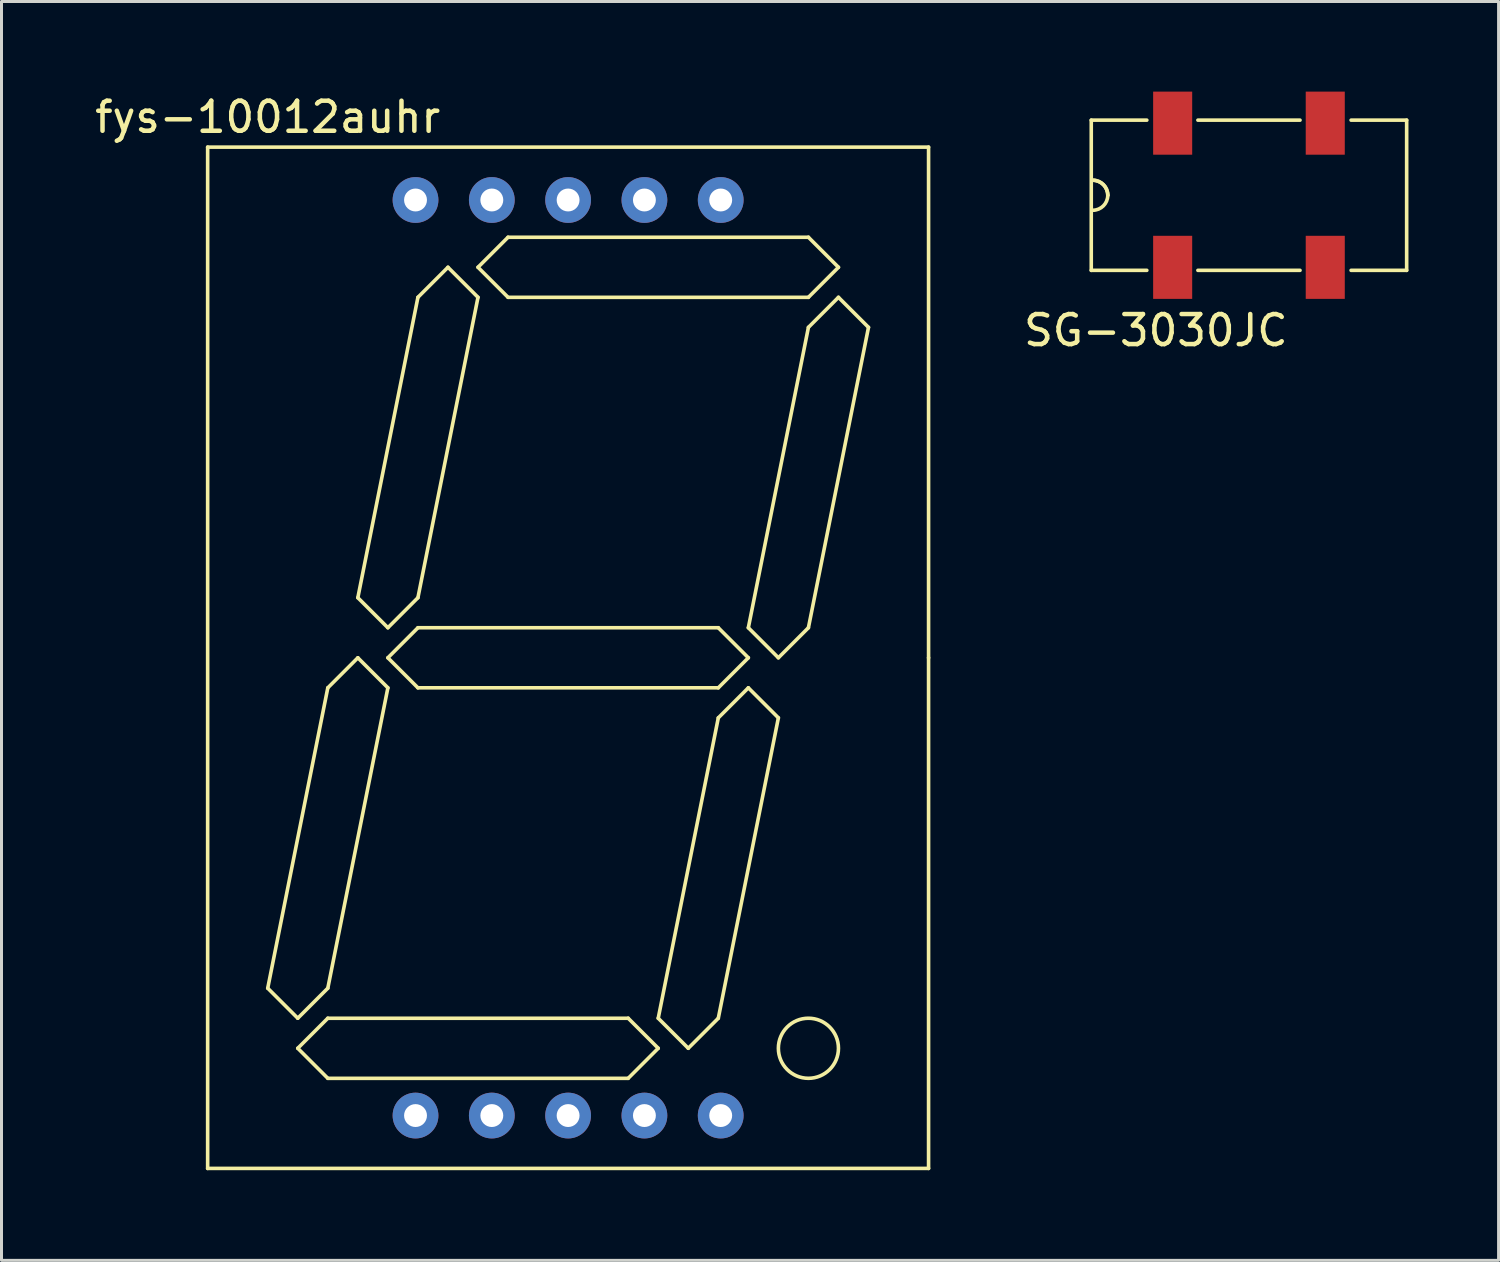
<source format=kicad_pcb>
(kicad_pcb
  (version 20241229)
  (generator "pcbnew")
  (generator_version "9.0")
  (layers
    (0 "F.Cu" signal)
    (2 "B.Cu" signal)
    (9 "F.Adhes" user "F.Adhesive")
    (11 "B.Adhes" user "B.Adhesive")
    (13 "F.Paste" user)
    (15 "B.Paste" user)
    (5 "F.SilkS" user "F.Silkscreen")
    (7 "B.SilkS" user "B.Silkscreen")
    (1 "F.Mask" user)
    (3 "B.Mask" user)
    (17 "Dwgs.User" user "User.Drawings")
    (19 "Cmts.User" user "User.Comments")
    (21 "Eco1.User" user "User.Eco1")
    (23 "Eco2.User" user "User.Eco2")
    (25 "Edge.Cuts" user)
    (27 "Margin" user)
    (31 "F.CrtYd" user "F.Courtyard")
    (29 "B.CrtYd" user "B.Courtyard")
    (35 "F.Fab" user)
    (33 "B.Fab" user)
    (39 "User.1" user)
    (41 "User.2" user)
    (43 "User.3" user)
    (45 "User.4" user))
  (footprint "SG-3030JC"
    (layer "F.Cu")
    (at 38.529 3.45)
    (property "Reference" "SG-3030JC" (at -3.1 4.5 0) (layer "F.SilkS") (effects (font (size 1 1) (thickness 0.15))))
    (attr through_hole)
    (fp_line (start -5.25 -2.5) (end -5.25 2.5) (stroke (width 0.12) (type solid)) (layer "F.SilkS"))
    (fp_line (start -5.25 -2.5) (end -3.4 -2.5) (stroke (width 0.12) (type solid)) (layer "F.SilkS"))
    (fp_line (start -3.4 2.5) (end -5.25 2.5) (stroke (width 0.12) (type solid)) (layer "F.SilkS"))
    (fp_line (start -1.7 -2.5) (end 1.7 -2.5) (stroke (width 0.12) (type solid)) (layer "F.SilkS"))
    (fp_line (start -1.7 2.5) (end 1.7 2.5) (stroke (width 0.12) (type solid)) (layer "F.SilkS"))
    (fp_line (start 3.4 -2.5) (end 5.25 -2.5) (stroke (width 0.12) (type solid)) (layer "F.SilkS"))
    (fp_line (start 3.4 2.5) (end 5.25 2.5) (stroke (width 0.12) (type solid)) (layer "F.SilkS"))
    (fp_line (start 5.25 -2.5) (end 5.25 2.5) (stroke (width 0.12) (type solid)) (layer "F.SilkS"))
    (fp_arc (start -5.2 -0.5) (mid -4.846447 -0.353553) (end -4.7 0) (stroke (width 0.12) (type solid)) (layer "F.SilkS"))
    (fp_arc (start -5.2 -0.5) (mid -4.846447 -0.353553) (end -4.7 0) (stroke (width 0.12) (type solid)) (layer "F.SilkS"))
    (fp_arc (start -4.7 0) (mid -4.846447 0.353553) (end -5.2 0.5) (stroke (width 0.12) (type solid)) (layer "F.SilkS"))
    (pad "1" smd rect (at -2.54 2.4) (size 1.3 2.1) (layers "F.Cu" "F.Mask" "F.Paste"))
    (pad "2" smd rect (at 2.54 2.4) (size 1.3 2.1) (layers "F.Cu" "F.Mask" "F.Paste"))
    (pad "3" smd rect (at 2.54 -2.4) (size 1.3 2.1) (layers "F.Cu" "F.Mask" "F.Paste"))
    (pad "4" smd rect (at -2.54 -2.4) (size 1.3 2.1) (layers "F.Cu" "F.Mask" "F.Paste")))
  (footprint "fys-10012auhr"
    (layer "F.Cu")
    (at 15.863 18.848)
    (property "Reference" "fys-10012auhr" (at -10 -18 0) (layer "F.SilkS") (effects (font (size 1 1) (thickness 0.15))))
    (attr through_hole)
    (fp_line (start -12 -17) (end -12 17) (stroke (width 0.12) (type solid)) (layer "F.SilkS"))
    (fp_line (start -12 17) (end 12 17) (stroke (width 0.12) (type solid)) (layer "F.SilkS"))
    (fp_line (start -10 11) (end -8 1) (stroke (width 0.12) (type solid)) (layer "F.SilkS"))
    (fp_line (start -9 12) (end -10 11) (stroke (width 0.12) (type solid)) (layer "F.SilkS"))
    (fp_line (start -9 13) (end -8 14) (stroke (width 0.12) (type solid)) (layer "F.SilkS"))
    (fp_line (start -8 1) (end -7 0) (stroke (width 0.12) (type solid)) (layer "F.SilkS"))
    (fp_line (start -8 11) (end -9 12) (stroke (width 0.12) (type solid)) (layer "F.SilkS"))
    (fp_line (start -8 12) (end -9 13) (stroke (width 0.12) (type solid)) (layer "F.SilkS"))
    (fp_line (start -8 14) (end 2 14) (stroke (width 0.12) (type solid)) (layer "F.SilkS"))
    (fp_line (start -7 -2) (end -6 -1) (stroke (width 0.12) (type solid)) (layer "F.SilkS"))
    (fp_line (start -7 0) (end -6 1) (stroke (width 0.12) (type solid)) (layer "F.SilkS"))
    (fp_line (start -6 -1) (end -5 -2) (stroke (width 0.12) (type solid)) (layer "F.SilkS"))
    (fp_line (start -6 0) (end -5 -1) (stroke (width 0.12) (type solid)) (layer "F.SilkS"))
    (fp_line (start -6 1) (end -8 11) (stroke (width 0.12) (type solid)) (layer "F.SilkS"))
    (fp_line (start -5 -12) (end -7 -2) (stroke (width 0.12) (type solid)) (layer "F.SilkS"))
    (fp_line (start -5 -2) (end -3 -12) (stroke (width 0.12) (type solid)) (layer "F.SilkS"))
    (fp_line (start -5 -1) (end 5 -1) (stroke (width 0.12) (type solid)) (layer "F.SilkS"))
    (fp_line (start -5 1) (end -6 0) (stroke (width 0.12) (type solid)) (layer "F.SilkS"))
    (fp_line (start -4 -13) (end -5 -12) (stroke (width 0.12) (type solid)) (layer "F.SilkS"))
    (fp_line (start -3 -13) (end -2 -12) (stroke (width 0.12) (type solid)) (layer "F.SilkS"))
    (fp_line (start -3 -12) (end -4 -13) (stroke (width 0.12) (type solid)) (layer "F.SilkS"))
    (fp_line (start -2 -14) (end -3 -13) (stroke (width 0.12) (type solid)) (layer "F.SilkS"))
    (fp_line (start -2 -12) (end 8 -12) (stroke (width 0.12) (type solid)) (layer "F.SilkS"))
    (fp_line (start 2 12) (end -8 12) (stroke (width 0.12) (type solid)) (layer "F.SilkS"))
    (fp_line (start 2 14) (end 3 13) (stroke (width 0.12) (type solid)) (layer "F.SilkS"))
    (fp_line (start 3 12) (end 4 13) (stroke (width 0.12) (type solid)) (layer "F.SilkS"))
    (fp_line (start 3 12) (end 5 2) (stroke (width 0.12) (type solid)) (layer "F.SilkS"))
    (fp_line (start 3 13) (end 2 12) (stroke (width 0.12) (type solid)) (layer "F.SilkS"))
    (fp_line (start 4 13) (end 5 12) (stroke (width 0.12) (type solid)) (layer "F.SilkS"))
    (fp_line (start 5 -1) (end 6 0) (stroke (width 0.12) (type solid)) (layer "F.SilkS"))
    (fp_line (start 5 1) (end -5 1) (stroke (width 0.12) (type solid)) (layer "F.SilkS"))
    (fp_line (start 5 2) (end 6 1) (stroke (width 0.12) (type solid)) (layer "F.SilkS"))
    (fp_line (start 6 -1) (end 7 0) (stroke (width 0.12) (type solid)) (layer "F.SilkS"))
    (fp_line (start 6 0) (end 5 1) (stroke (width 0.12) (type solid)) (layer "F.SilkS"))
    (fp_line (start 6 1) (end 7 2) (stroke (width 0.12) (type solid)) (layer "F.SilkS"))
    (fp_line (start 7 0) (end 8 -1) (stroke (width 0.12) (type solid)) (layer "F.SilkS"))
    (fp_line (start 7 2) (end 5 12) (stroke (width 0.12) (type solid)) (layer "F.SilkS"))
    (fp_line (start 8 -14) (end -2 -14) (stroke (width 0.12) (type solid)) (layer "F.SilkS"))
    (fp_line (start 8 -12) (end 9 -13) (stroke (width 0.12) (type solid)) (layer "F.SilkS"))
    (fp_line (start 8 -11) (end 6 -1) (stroke (width 0.12) (type solid)) (layer "F.SilkS"))
    (fp_line (start 8 -1) (end 10 -11) (stroke (width 0.12) (type solid)) (layer "F.SilkS"))
    (fp_line (start 9 -13) (end 8 -14) (stroke (width 0.12) (type solid)) (layer "F.SilkS"))
    (fp_line (start 9 -12) (end 8 -11) (stroke (width 0.12) (type solid)) (layer "F.SilkS"))
    (fp_line (start 10 -11) (end 9 -12) (stroke (width 0.12) (type solid)) (layer "F.SilkS"))
    (fp_line (start 12 -17) (end -12 -17) (stroke (width 0.12) (type solid)) (layer "F.SilkS"))
    (fp_line (start 12 0) (end 12 -17) (stroke (width 0.12) (type solid)) (layer "F.SilkS"))
    (fp_line (start 12 17) (end 12 0) (stroke (width 0.12) (type solid)) (layer "F.SilkS"))
    (fp_circle (center 8 13) (end 9 13) (stroke (width 0.12) (type solid)) (fill no) (layer "F.SilkS"))
    (pad "1" thru_hole circle (at -5.08 15.24) (size 1.524 1.524) (drill 0.762) (layers "*.Cu" "*.Mask"))
    (pad "2" thru_hole circle (at -2.54 15.24) (size 1.524 1.524) (drill 0.762) (layers "*.Cu" "*.Mask"))
    (pad "3" thru_hole circle (at 0 15.24) (size 1.524 1.524) (drill 0.762) (layers "*.Cu" "*.Mask"))
    (pad "4" thru_hole circle (at 2.54 15.24) (size 1.524 1.524) (drill 0.762) (layers "*.Cu" "*.Mask"))
    (pad "5" thru_hole circle (at 5.08 15.24) (size 1.524 1.524) (drill 0.762) (layers "*.Cu" "*.Mask"))
    (pad "6" thru_hole circle (at 5.08 -15.24) (size 1.524 1.524) (drill 0.762) (layers "*.Cu" "*.Mask"))
    (pad "7" thru_hole circle (at 2.54 -15.24) (size 1.524 1.524) (drill 0.762) (layers "*.Cu" "*.Mask"))
    (pad "8" thru_hole circle (at 0 -15.24) (size 1.524 1.524) (drill 0.762) (layers "*.Cu" "*.Mask"))
    (pad "9" thru_hole circle (at -2.54 -15.24) (size 1.524 1.524) (drill 0.762) (layers "*.Cu" "*.Mask"))
    (pad "10" thru_hole circle (at -5.08 -15.24) (size 1.524 1.524) (drill 0.762) (layers "*.Cu" "*.Mask")))
  (gr_rect
    (start -3 -3)
    (end 46.839 38.908)
    (stroke (width 0.1) (type default))
    (fill no)
    (layer "Edge.Cuts")))
</source>
